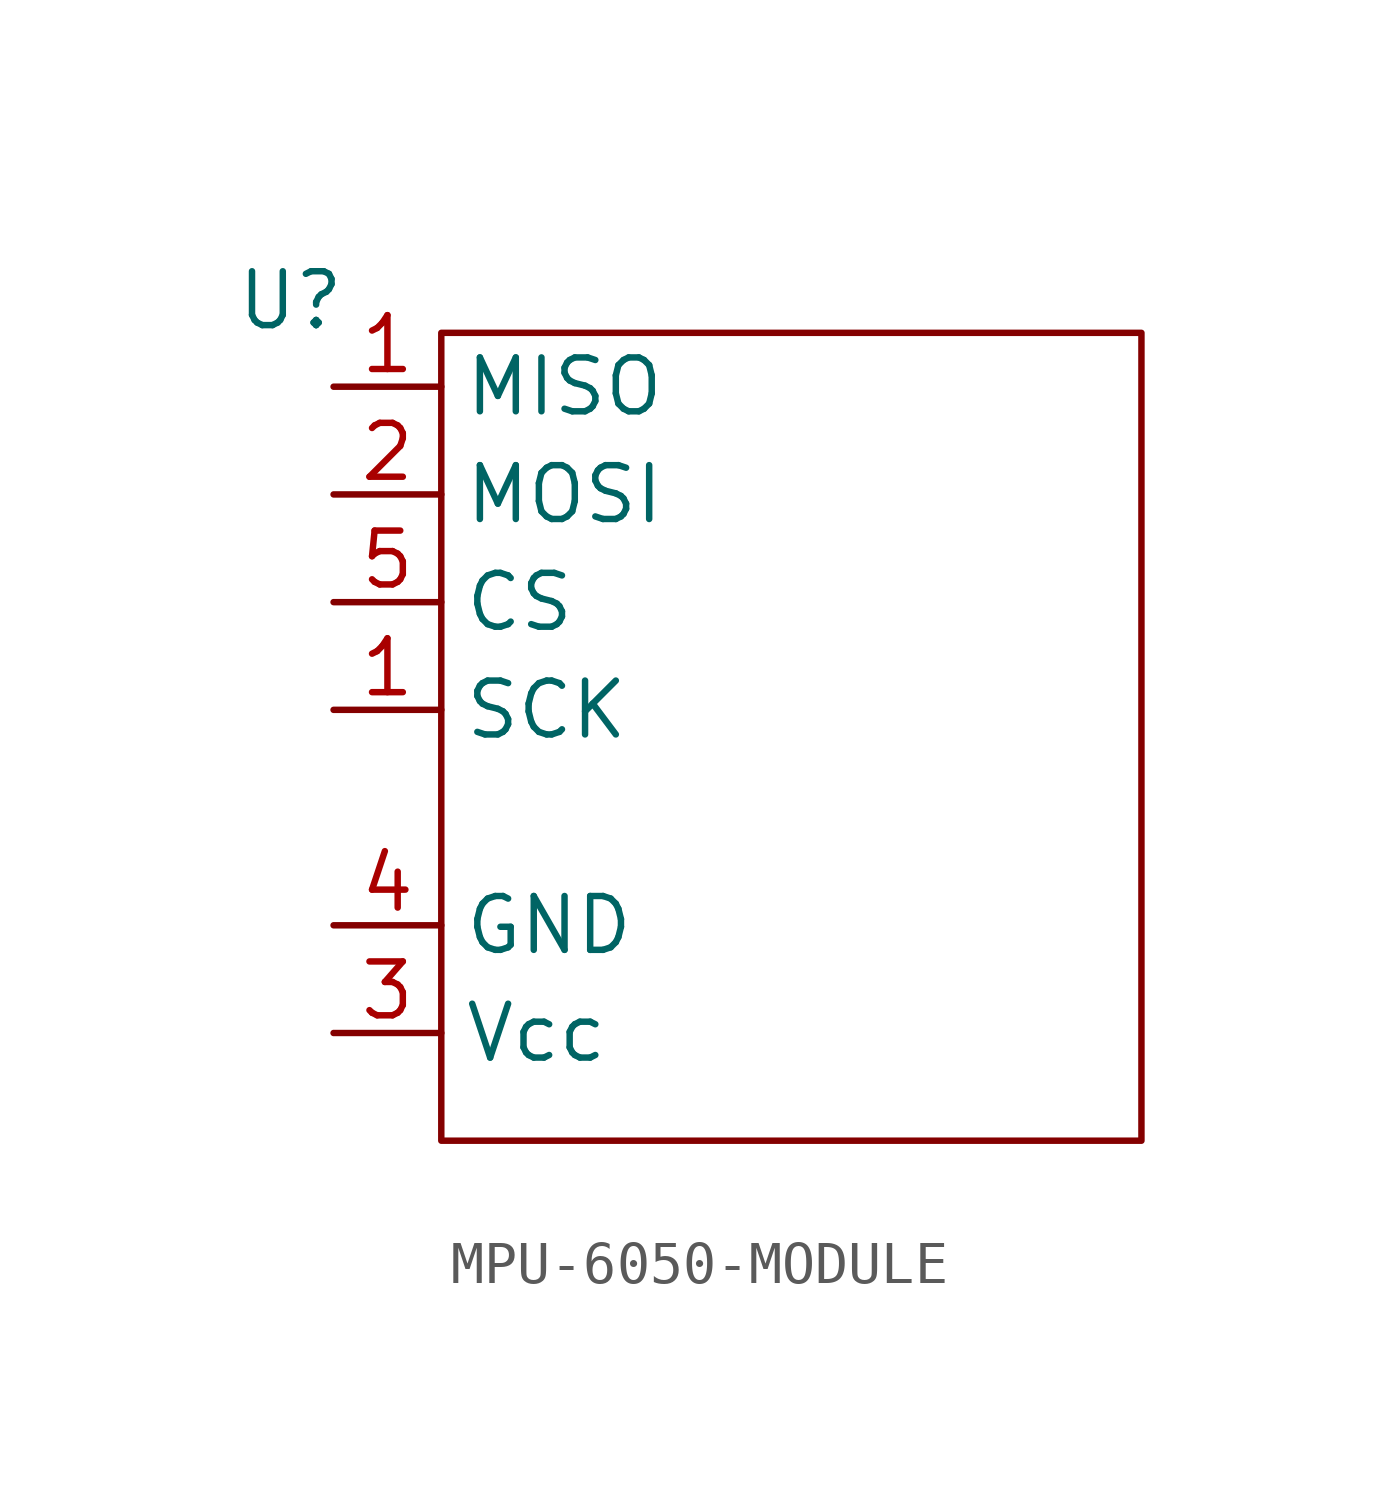
<source format=kicad_sym>
(kicad_symbol_lib
  (version 20231120)
  (generator "kicad_symbol_editor")
  (generator_version "8.0")
  (symbol "MPU-6050-MODULE"
    (property "Reference" "U"
      (at -7.366 -0.508 0)
      (effects (font (size 1.27 1.27))))
    (property "Value" ""
      (at -6.35 -1.27 0)
      (effects (font (size 1.27 1.27))))
    (symbol "MPU-6050-MODULE_0_1"
      (rectangle (start 12.7 -1.27) (end -3.81 -20.32) (stroke (width 0) (type default)) (fill (type none))))
    (symbol "MPU-6050-MODULE_1_1"
      (pin output line (at -6.35 -2.54 0) (length 2.54) (name "MISO" (effects (font (size 1.27 1.27)))) (number "1" (effects (font (size 1.27 1.27)))))
      (pin output line (at -6.35 -10.16 0) (length 2.54) (name "SCK" (effects (font (size 1.27 1.27)))) (number "1" (effects (font (size 1.27 1.27)))))
      (pin input line (at -6.35 -5.08 0) (length 2.54) (name "MOSI" (effects (font (size 1.27 1.27)))) (number "2" (effects (font (size 1.27 1.27)))))
      (pin output line (at -6.35 -17.78 0) (length 2.54) (name "Vcc" (effects (font (size 1.27 1.27)))) (number "3" (effects (font (size 1.27 1.27)))))
      (pin output line (at -6.35 -15.24 0) (length 2.54) (name "GND" (effects (font (size 1.27 1.27)))) (number "4" (effects (font (size 1.27 1.27)))))
      (pin output line (at -6.35 -7.62 0) (length 2.54) (name "CS" (effects (font (size 1.27 1.27)))) (number "5" (effects (font (size 1.27 1.27))))))))
</source>
